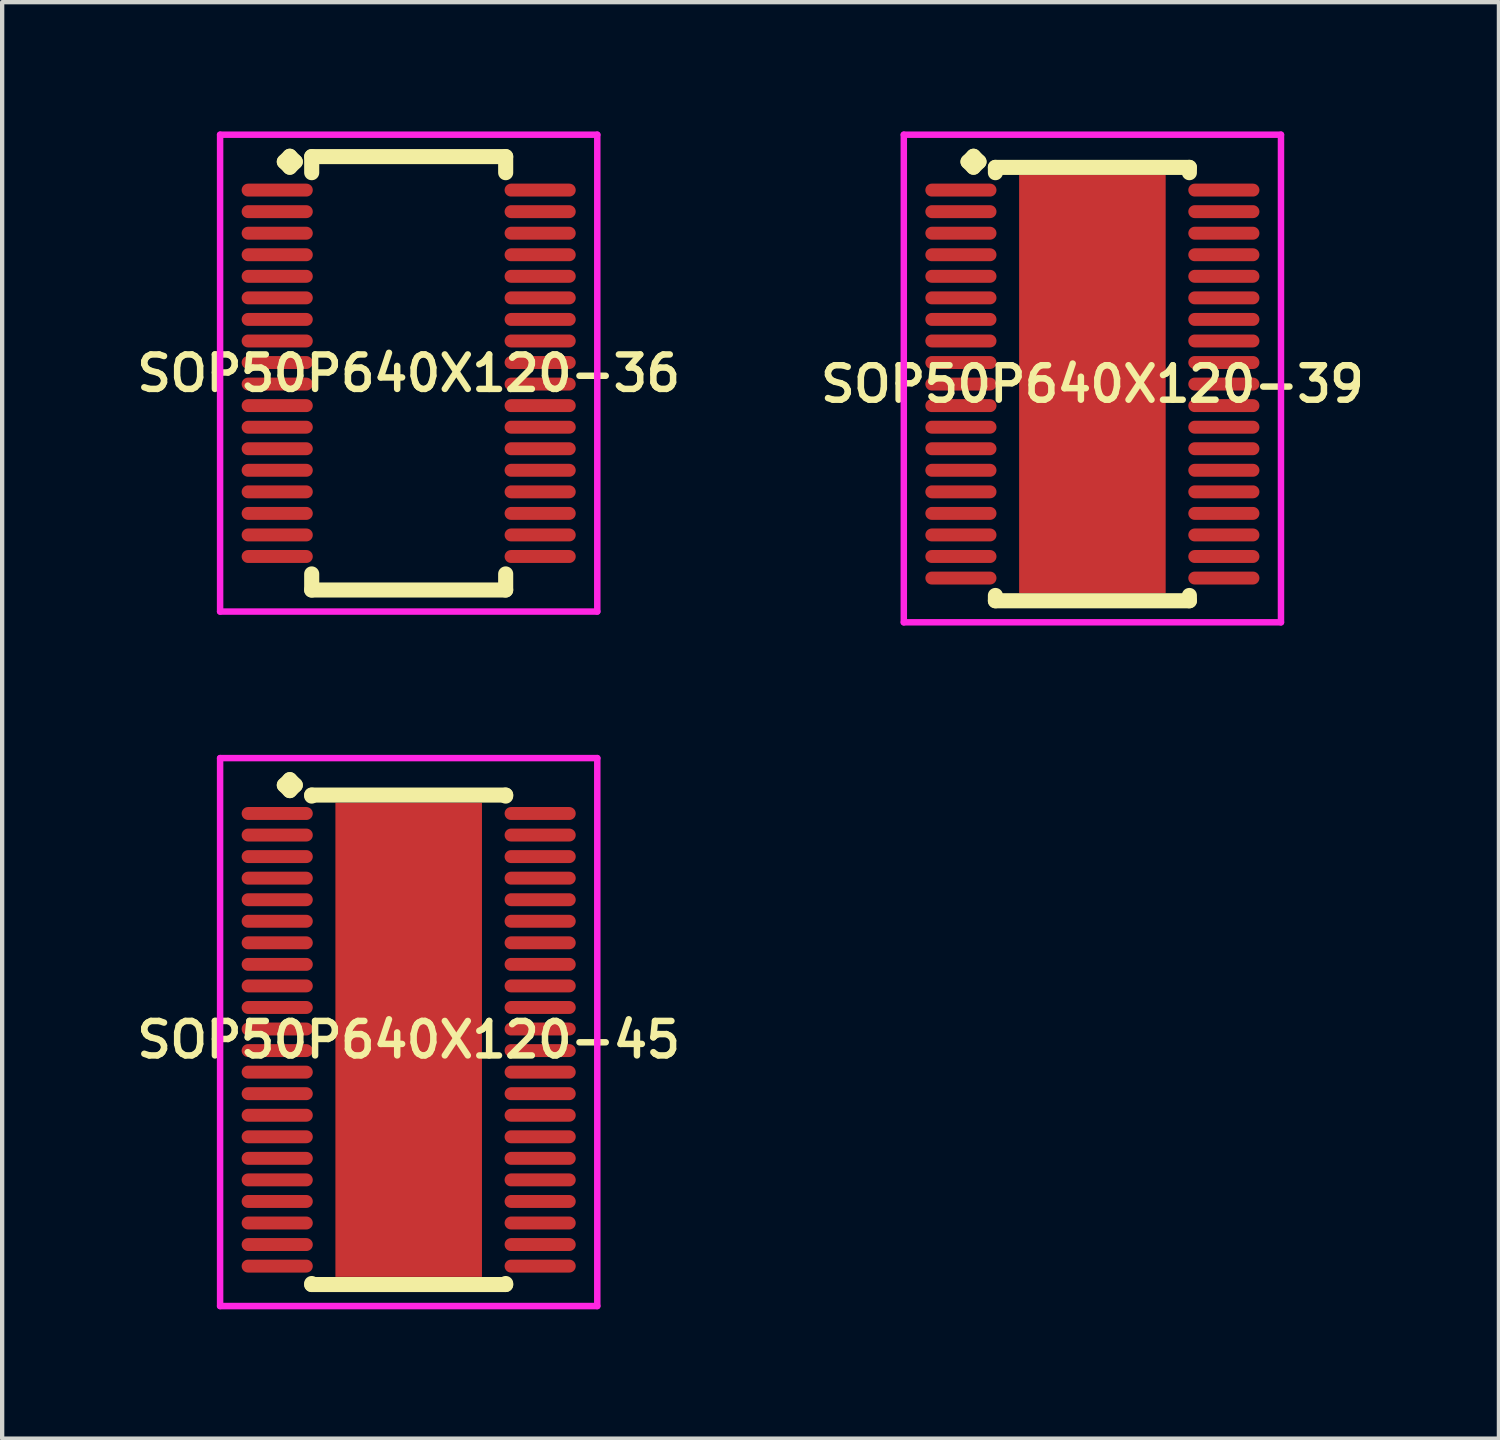
<source format=kicad_pcb>
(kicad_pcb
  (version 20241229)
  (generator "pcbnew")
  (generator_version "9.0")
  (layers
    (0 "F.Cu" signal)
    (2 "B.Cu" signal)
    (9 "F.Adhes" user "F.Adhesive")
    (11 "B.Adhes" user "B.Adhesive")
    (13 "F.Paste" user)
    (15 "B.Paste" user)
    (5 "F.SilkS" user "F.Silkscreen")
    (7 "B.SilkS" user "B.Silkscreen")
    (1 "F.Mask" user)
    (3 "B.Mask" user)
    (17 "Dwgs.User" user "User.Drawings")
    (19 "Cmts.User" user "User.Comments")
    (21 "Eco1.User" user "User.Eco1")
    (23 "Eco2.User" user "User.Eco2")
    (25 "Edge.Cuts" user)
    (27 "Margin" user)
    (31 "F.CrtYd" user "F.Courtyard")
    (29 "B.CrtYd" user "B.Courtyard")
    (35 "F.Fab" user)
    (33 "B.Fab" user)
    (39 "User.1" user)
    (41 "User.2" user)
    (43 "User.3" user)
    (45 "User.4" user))
  (footprint "SOP50P640X120-45"
    (layer "F.Cu")
    (at 6.431 21.072)
    (property "Reference" "SOP50P640X120-45" (at 0 0 0) (layer "F.SilkS") (effects (font (size 0.8 0.8) (thickness 0.15))))
    (attr smd)
    (fp_line (start -2.885 -5.908) (end -2.758 -6.035) (stroke (width 0.35) (type solid)) (layer "F.SilkS"))
    (fp_line (start -2.758 -6.035) (end -2.631 -5.908) (stroke (width 0.35) (type solid)) (layer "F.SilkS"))
    (fp_line (start -2.758 -5.781) (end -2.885 -5.908) (stroke (width 0.35) (type solid)) (layer "F.SilkS"))
    (fp_line (start -2.631 -5.908) (end -2.758 -5.781) (stroke (width 0.35) (type solid)) (layer "F.SilkS"))
    (fp_line (start -2.25 -5.677) (end 2.25 -5.677) (stroke (width 0.35) (type solid)) (layer "F.SilkS"))
    (fp_line (start -2.25 -5.654) (end -2.25 -5.677) (stroke (width 0.35) (type solid)) (layer "F.SilkS"))
    (fp_line (start -2.25 5.654) (end -2.25 5.677) (stroke (width 0.35) (type solid)) (layer "F.SilkS"))
    (fp_line (start -2.25 5.677) (end 2.25 5.677) (stroke (width 0.35) (type solid)) (layer "F.SilkS"))
    (fp_line (start 2.25 -5.677) (end 2.25 -5.654) (stroke (width 0.35) (type solid)) (layer "F.SilkS"))
    (fp_line (start 2.25 5.677) (end 2.25 5.654) (stroke (width 0.35) (type solid)) (layer "F.SilkS"))
    (fp_line (start -4.375 -6.535) (end 4.375 -6.535) (stroke (width 0.15) (type solid)) (layer "F.CrtYd"))
    (fp_line (start -4.375 6.177) (end -4.375 -6.535) (stroke (width 0.15) (type solid)) (layer "F.CrtYd"))
    (fp_line (start 4.375 -6.535) (end 4.375 6.177) (stroke (width 0.15) (type solid)) (layer "F.CrtYd"))
    (fp_line (start 4.375 6.177) (end -4.375 6.177) (stroke (width 0.15) (type solid)) (layer "F.CrtYd"))
    (pad "1" smd oval (at -3.05 -5.25) (size 1.65 0.3) (layers "F.Cu" "F.Mask" "F.Paste"))
    (pad "2" smd oval (at -3.05 -4.75) (size 1.65 0.3) (layers "F.Cu" "F.Mask" "F.Paste"))
    (pad "3" smd oval (at -3.05 -4.25) (size 1.65 0.3) (layers "F.Cu" "F.Mask" "F.Paste"))
    (pad "4" smd oval (at -3.05 -3.75) (size 1.65 0.3) (layers "F.Cu" "F.Mask" "F.Paste"))
    (pad "5" smd oval (at -3.05 -3.25) (size 1.65 0.3) (layers "F.Cu" "F.Mask" "F.Paste"))
    (pad "6" smd oval (at -3.05 -2.75) (size 1.65 0.3) (layers "F.Cu" "F.Mask" "F.Paste"))
    (pad "7" smd oval (at -3.05 -2.25) (size 1.65 0.3) (layers "F.Cu" "F.Mask" "F.Paste"))
    (pad "8" smd oval (at -3.05 -1.75) (size 1.65 0.3) (layers "F.Cu" "F.Mask" "F.Paste"))
    (pad "9" smd oval (at -3.05 -1.25) (size 1.65 0.3) (layers "F.Cu" "F.Mask" "F.Paste"))
    (pad "10" smd oval (at -3.05 -0.75) (size 1.65 0.3) (layers "F.Cu" "F.Mask" "F.Paste"))
    (pad "11" smd oval (at -3.05 -0.25) (size 1.65 0.3) (layers "F.Cu" "F.Mask" "F.Paste"))
    (pad "12" smd oval (at -3.05 0.25) (size 1.65 0.3) (layers "F.Cu" "F.Mask" "F.Paste"))
    (pad "13" smd oval (at -3.05 0.75) (size 1.65 0.3) (layers "F.Cu" "F.Mask" "F.Paste"))
    (pad "14" smd oval (at -3.05 1.25) (size 1.65 0.3) (layers "F.Cu" "F.Mask" "F.Paste"))
    (pad "15" smd oval (at -3.05 1.75) (size 1.65 0.3) (layers "F.Cu" "F.Mask" "F.Paste"))
    (pad "16" smd oval (at -3.05 2.25) (size 1.65 0.3) (layers "F.Cu" "F.Mask" "F.Paste"))
    (pad "17" smd oval (at -3.05 2.75) (size 1.65 0.3) (layers "F.Cu" "F.Mask" "F.Paste"))
    (pad "18" smd oval (at -3.05 3.25) (size 1.65 0.3) (layers "F.Cu" "F.Mask" "F.Paste"))
    (pad "19" smd oval (at -3.05 3.75) (size 1.65 0.3) (layers "F.Cu" "F.Mask" "F.Paste"))
    (pad "20" smd oval (at -3.05 4.25) (size 1.65 0.3) (layers "F.Cu" "F.Mask" "F.Paste"))
    (pad "21" smd oval (at -3.05 4.75) (size 1.65 0.3) (layers "F.Cu" "F.Mask" "F.Paste"))
    (pad "22" smd oval (at -3.05 5.25) (size 1.65 0.3) (layers "F.Cu" "F.Mask" "F.Paste"))
    (pad "23" smd oval (at 3.05 5.25) (size 1.65 0.3) (layers "F.Cu" "F.Mask" "F.Paste"))
    (pad "24" smd oval (at 3.05 4.75) (size 1.65 0.3) (layers "F.Cu" "F.Mask" "F.Paste"))
    (pad "25" smd oval (at 3.05 4.25) (size 1.65 0.3) (layers "F.Cu" "F.Mask" "F.Paste"))
    (pad "26" smd oval (at 3.05 3.75) (size 1.65 0.3) (layers "F.Cu" "F.Mask" "F.Paste"))
    (pad "27" smd oval (at 3.05 3.25) (size 1.65 0.3) (layers "F.Cu" "F.Mask" "F.Paste"))
    (pad "28" smd oval (at 3.05 2.75) (size 1.65 0.3) (layers "F.Cu" "F.Mask" "F.Paste"))
    (pad "29" smd oval (at 3.05 2.25) (size 1.65 0.3) (layers "F.Cu" "F.Mask" "F.Paste"))
    (pad "30" smd oval (at 3.05 1.75) (size 1.65 0.3) (layers "F.Cu" "F.Mask" "F.Paste"))
    (pad "31" smd oval (at 3.05 1.25) (size 1.65 0.3) (layers "F.Cu" "F.Mask" "F.Paste"))
    (pad "32" smd oval (at 3.05 0.75) (size 1.65 0.3) (layers "F.Cu" "F.Mask" "F.Paste"))
    (pad "33" smd oval (at 3.05 0.25) (size 1.65 0.3) (layers "F.Cu" "F.Mask" "F.Paste"))
    (pad "34" smd oval (at 3.05 -0.25) (size 1.65 0.3) (layers "F.Cu" "F.Mask" "F.Paste"))
    (pad "35" smd oval (at 3.05 -0.75) (size 1.65 0.3) (layers "F.Cu" "F.Mask" "F.Paste"))
    (pad "36" smd oval (at 3.05 -1.25) (size 1.65 0.3) (layers "F.Cu" "F.Mask" "F.Paste"))
    (pad "37" smd oval (at 3.05 -1.75) (size 1.65 0.3) (layers "F.Cu" "F.Mask" "F.Paste"))
    (pad "38" smd oval (at 3.05 -2.25) (size 1.65 0.3) (layers "F.Cu" "F.Mask" "F.Paste"))
    (pad "39" smd oval (at 3.05 -2.75) (size 1.65 0.3) (layers "F.Cu" "F.Mask" "F.Paste"))
    (pad "40" smd oval (at 3.05 -3.25) (size 1.65 0.3) (layers "F.Cu" "F.Mask" "F.Paste"))
    (pad "41" smd oval (at 3.05 -3.75) (size 1.65 0.3) (layers "F.Cu" "F.Mask" "F.Paste"))
    (pad "42" smd oval (at 3.05 -4.25) (size 1.65 0.3) (layers "F.Cu" "F.Mask" "F.Paste"))
    (pad "43" smd oval (at 3.05 -4.75) (size 1.65 0.3) (layers "F.Cu" "F.Mask" "F.Paste"))
    (pad "44" smd oval (at 3.05 -5.25) (size 1.65 0.3) (layers "F.Cu" "F.Mask" "F.Paste"))
    (pad "45" smd rect (at 0 0) (size 3.4 11) (layers "F.Cu" "F.Mask" "F.Paste")))
  (footprint "SOP50P640X120-36"
    (layer "F.Cu")
    (at 6.431 5.61)
    (property "Reference" "SOP50P640X120-36" (at 0 0 0) (layer "F.SilkS") (effects (font (size 0.8 0.8) (thickness 0.15))))
    (attr smd)
    (fp_line (start -2.885 -4.908) (end -2.758 -5.035) (stroke (width 0.35) (type solid)) (layer "F.SilkS"))
    (fp_line (start -2.758 -5.035) (end -2.631 -4.908) (stroke (width 0.35) (type solid)) (layer "F.SilkS"))
    (fp_line (start -2.758 -4.781) (end -2.885 -4.908) (stroke (width 0.35) (type solid)) (layer "F.SilkS"))
    (fp_line (start -2.631 -4.908) (end -2.758 -4.781) (stroke (width 0.35) (type solid)) (layer "F.SilkS"))
    (fp_line (start -2.25 -5.027) (end 2.25 -5.027) (stroke (width 0.35) (type solid)) (layer "F.SilkS"))
    (fp_line (start -2.25 -4.654) (end -2.25 -5.027) (stroke (width 0.35) (type solid)) (layer "F.SilkS"))
    (fp_line (start -2.25 4.654) (end -2.25 5.027) (stroke (width 0.35) (type solid)) (layer "F.SilkS"))
    (fp_line (start -2.25 5.027) (end 2.25 5.027) (stroke (width 0.35) (type solid)) (layer "F.SilkS"))
    (fp_line (start 2.25 -5.027) (end 2.25 -4.654) (stroke (width 0.35) (type solid)) (layer "F.SilkS"))
    (fp_line (start 2.25 5.027) (end 2.25 4.654) (stroke (width 0.35) (type solid)) (layer "F.SilkS"))
    (fp_line (start -4.375 -5.535) (end 4.375 -5.535) (stroke (width 0.15) (type solid)) (layer "F.CrtYd"))
    (fp_line (start -4.375 5.527) (end -4.375 -5.535) (stroke (width 0.15) (type solid)) (layer "F.CrtYd"))
    (fp_line (start 4.375 -5.535) (end 4.375 5.527) (stroke (width 0.15) (type solid)) (layer "F.CrtYd"))
    (fp_line (start 4.375 5.527) (end -4.375 5.527) (stroke (width 0.15) (type solid)) (layer "F.CrtYd"))
    (pad "1" smd oval (at -3.05 -4.25) (size 1.65 0.3) (layers "F.Cu" "F.Mask" "F.Paste"))
    (pad "2" smd oval (at -3.05 -3.75) (size 1.65 0.3) (layers "F.Cu" "F.Mask" "F.Paste"))
    (pad "3" smd oval (at -3.05 -3.25) (size 1.65 0.3) (layers "F.Cu" "F.Mask" "F.Paste"))
    (pad "4" smd oval (at -3.05 -2.75) (size 1.65 0.3) (layers "F.Cu" "F.Mask" "F.Paste"))
    (pad "5" smd oval (at -3.05 -2.25) (size 1.65 0.3) (layers "F.Cu" "F.Mask" "F.Paste"))
    (pad "6" smd oval (at -3.05 -1.75) (size 1.65 0.3) (layers "F.Cu" "F.Mask" "F.Paste"))
    (pad "7" smd oval (at -3.05 -1.25) (size 1.65 0.3) (layers "F.Cu" "F.Mask" "F.Paste"))
    (pad "8" smd oval (at -3.05 -0.75) (size 1.65 0.3) (layers "F.Cu" "F.Mask" "F.Paste"))
    (pad "9" smd oval (at -3.05 -0.25) (size 1.65 0.3) (layers "F.Cu" "F.Mask" "F.Paste"))
    (pad "10" smd oval (at -3.05 0.25) (size 1.65 0.3) (layers "F.Cu" "F.Mask" "F.Paste"))
    (pad "11" smd oval (at -3.05 0.75) (size 1.65 0.3) (layers "F.Cu" "F.Mask" "F.Paste"))
    (pad "12" smd oval (at -3.05 1.25) (size 1.65 0.3) (layers "F.Cu" "F.Mask" "F.Paste"))
    (pad "13" smd oval (at -3.05 1.75) (size 1.65 0.3) (layers "F.Cu" "F.Mask" "F.Paste"))
    (pad "14" smd oval (at -3.05 2.25) (size 1.65 0.3) (layers "F.Cu" "F.Mask" "F.Paste"))
    (pad "15" smd oval (at -3.05 2.75) (size 1.65 0.3) (layers "F.Cu" "F.Mask" "F.Paste"))
    (pad "16" smd oval (at -3.05 3.25) (size 1.65 0.3) (layers "F.Cu" "F.Mask" "F.Paste"))
    (pad "17" smd oval (at -3.05 3.75) (size 1.65 0.3) (layers "F.Cu" "F.Mask" "F.Paste"))
    (pad "18" smd oval (at -3.05 4.25) (size 1.65 0.3) (layers "F.Cu" "F.Mask" "F.Paste"))
    (pad "19" smd oval (at 3.05 4.25) (size 1.65 0.3) (layers "F.Cu" "F.Mask" "F.Paste"))
    (pad "20" smd oval (at 3.05 3.75) (size 1.65 0.3) (layers "F.Cu" "F.Mask" "F.Paste"))
    (pad "21" smd oval (at 3.05 3.25) (size 1.65 0.3) (layers "F.Cu" "F.Mask" "F.Paste"))
    (pad "22" smd oval (at 3.05 2.75) (size 1.65 0.3) (layers "F.Cu" "F.Mask" "F.Paste"))
    (pad "23" smd oval (at 3.05 2.25) (size 1.65 0.3) (layers "F.Cu" "F.Mask" "F.Paste"))
    (pad "24" smd oval (at 3.05 1.75) (size 1.65 0.3) (layers "F.Cu" "F.Mask" "F.Paste"))
    (pad "25" smd oval (at 3.05 1.25) (size 1.65 0.3) (layers "F.Cu" "F.Mask" "F.Paste"))
    (pad "26" smd oval (at 3.05 0.75) (size 1.65 0.3) (layers "F.Cu" "F.Mask" "F.Paste"))
    (pad "27" smd oval (at 3.05 0.25) (size 1.65 0.3) (layers "F.Cu" "F.Mask" "F.Paste"))
    (pad "28" smd oval (at 3.05 -0.25) (size 1.65 0.3) (layers "F.Cu" "F.Mask" "F.Paste"))
    (pad "29" smd oval (at 3.05 -0.75) (size 1.65 0.3) (layers "F.Cu" "F.Mask" "F.Paste"))
    (pad "30" smd oval (at 3.05 -1.25) (size 1.65 0.3) (layers "F.Cu" "F.Mask" "F.Paste"))
    (pad "31" smd oval (at 3.05 -1.75) (size 1.65 0.3) (layers "F.Cu" "F.Mask" "F.Paste"))
    (pad "32" smd oval (at 3.05 -2.25) (size 1.65 0.3) (layers "F.Cu" "F.Mask" "F.Paste"))
    (pad "33" smd oval (at 3.05 -2.75) (size 1.65 0.3) (layers "F.Cu" "F.Mask" "F.Paste"))
    (pad "34" smd oval (at 3.05 -3.25) (size 1.65 0.3) (layers "F.Cu" "F.Mask" "F.Paste"))
    (pad "35" smd oval (at 3.05 -3.75) (size 1.65 0.3) (layers "F.Cu" "F.Mask" "F.Paste"))
    (pad "36" smd oval (at 3.05 -4.25) (size 1.65 0.3) (layers "F.Cu" "F.Mask" "F.Paste")))
  (footprint "SOP50P640X120-39"
    (layer "F.Cu")
    (at 22.292 5.86)
    (property "Reference" "SOP50P640X120-39" (at 0 0 0) (layer "F.SilkS") (effects (font (size 0.8 0.8) (thickness 0.15))))
    (attr smd)
    (fp_line (start -2.885 -5.158) (end -2.758 -5.285) (stroke (width 0.35) (type solid)) (layer "F.SilkS"))
    (fp_line (start -2.758 -5.285) (end -2.631 -5.158) (stroke (width 0.35) (type solid)) (layer "F.SilkS"))
    (fp_line (start -2.758 -5.031) (end -2.885 -5.158) (stroke (width 0.35) (type solid)) (layer "F.SilkS"))
    (fp_line (start -2.631 -5.158) (end -2.758 -5.031) (stroke (width 0.35) (type solid)) (layer "F.SilkS"))
    (fp_line (start -2.25 -5.027) (end 2.25 -5.027) (stroke (width 0.35) (type solid)) (layer "F.SilkS"))
    (fp_line (start -2.25 -4.904) (end -2.25 -5.027) (stroke (width 0.35) (type solid)) (layer "F.SilkS"))
    (fp_line (start -2.25 4.904) (end -2.25 5.027) (stroke (width 0.35) (type solid)) (layer "F.SilkS"))
    (fp_line (start -2.25 5.027) (end 2.25 5.027) (stroke (width 0.35) (type solid)) (layer "F.SilkS"))
    (fp_line (start 2.25 -5.027) (end 2.25 -4.904) (stroke (width 0.35) (type solid)) (layer "F.SilkS"))
    (fp_line (start 2.25 5.027) (end 2.25 4.904) (stroke (width 0.35) (type solid)) (layer "F.SilkS"))
    (fp_line (start -4.375 -5.785) (end 4.375 -5.785) (stroke (width 0.15) (type solid)) (layer "F.CrtYd"))
    (fp_line (start -4.375 5.527) (end -4.375 -5.785) (stroke (width 0.15) (type solid)) (layer "F.CrtYd"))
    (fp_line (start 4.375 -5.785) (end 4.375 5.527) (stroke (width 0.15) (type solid)) (layer "F.CrtYd"))
    (fp_line (start 4.375 5.527) (end -4.375 5.527) (stroke (width 0.15) (type solid)) (layer "F.CrtYd"))
    (pad "1" smd oval (at -3.05 -4.5) (size 1.65 0.3) (layers "F.Cu" "F.Mask" "F.Paste"))
    (pad "2" smd oval (at -3.05 -4) (size 1.65 0.3) (layers "F.Cu" "F.Mask" "F.Paste"))
    (pad "3" smd oval (at -3.05 -3.5) (size 1.65 0.3) (layers "F.Cu" "F.Mask" "F.Paste"))
    (pad "4" smd oval (at -3.05 -3) (size 1.65 0.3) (layers "F.Cu" "F.Mask" "F.Paste"))
    (pad "5" smd oval (at -3.05 -2.5) (size 1.65 0.3) (layers "F.Cu" "F.Mask" "F.Paste"))
    (pad "6" smd oval (at -3.05 -2) (size 1.65 0.3) (layers "F.Cu" "F.Mask" "F.Paste"))
    (pad "7" smd oval (at -3.05 -1.5) (size 1.65 0.3) (layers "F.Cu" "F.Mask" "F.Paste"))
    (pad "8" smd oval (at -3.05 -1) (size 1.65 0.3) (layers "F.Cu" "F.Mask" "F.Paste"))
    (pad "9" smd oval (at -3.05 -0.5) (size 1.65 0.3) (layers "F.Cu" "F.Mask" "F.Paste"))
    (pad "10" smd oval (at -3.05 0) (size 1.65 0.3) (layers "F.Cu" "F.Mask" "F.Paste"))
    (pad "11" smd oval (at -3.05 0.5) (size 1.65 0.3) (layers "F.Cu" "F.Mask" "F.Paste"))
    (pad "12" smd oval (at -3.05 1) (size 1.65 0.3) (layers "F.Cu" "F.Mask" "F.Paste"))
    (pad "13" smd oval (at -3.05 1.5) (size 1.65 0.3) (layers "F.Cu" "F.Mask" "F.Paste"))
    (pad "14" smd oval (at -3.05 2) (size 1.65 0.3) (layers "F.Cu" "F.Mask" "F.Paste"))
    (pad "15" smd oval (at -3.05 2.5) (size 1.65 0.3) (layers "F.Cu" "F.Mask" "F.Paste"))
    (pad "16" smd oval (at -3.05 3) (size 1.65 0.3) (layers "F.Cu" "F.Mask" "F.Paste"))
    (pad "17" smd oval (at -3.05 3.5) (size 1.65 0.3) (layers "F.Cu" "F.Mask" "F.Paste"))
    (pad "18" smd oval (at -3.05 4) (size 1.65 0.3) (layers "F.Cu" "F.Mask" "F.Paste"))
    (pad "19" smd oval (at -3.05 4.5) (size 1.65 0.3) (layers "F.Cu" "F.Mask" "F.Paste"))
    (pad "20" smd oval (at 3.05 4.5) (size 1.65 0.3) (layers "F.Cu" "F.Mask" "F.Paste"))
    (pad "21" smd oval (at 3.05 4) (size 1.65 0.3) (layers "F.Cu" "F.Mask" "F.Paste"))
    (pad "22" smd oval (at 3.05 3.5) (size 1.65 0.3) (layers "F.Cu" "F.Mask" "F.Paste"))
    (pad "23" smd oval (at 3.05 3) (size 1.65 0.3) (layers "F.Cu" "F.Mask" "F.Paste"))
    (pad "24" smd oval (at 3.05 2.5) (size 1.65 0.3) (layers "F.Cu" "F.Mask" "F.Paste"))
    (pad "25" smd oval (at 3.05 2) (size 1.65 0.3) (layers "F.Cu" "F.Mask" "F.Paste"))
    (pad "26" smd oval (at 3.05 1.5) (size 1.65 0.3) (layers "F.Cu" "F.Mask" "F.Paste"))
    (pad "27" smd oval (at 3.05 1) (size 1.65 0.3) (layers "F.Cu" "F.Mask" "F.Paste"))
    (pad "28" smd oval (at 3.05 0.5) (size 1.65 0.3) (layers "F.Cu" "F.Mask" "F.Paste"))
    (pad "29" smd oval (at 3.05 0) (size 1.65 0.3) (layers "F.Cu" "F.Mask" "F.Paste"))
    (pad "30" smd oval (at 3.05 -0.5) (size 1.65 0.3) (layers "F.Cu" "F.Mask" "F.Paste"))
    (pad "31" smd oval (at 3.05 -1) (size 1.65 0.3) (layers "F.Cu" "F.Mask" "F.Paste"))
    (pad "32" smd oval (at 3.05 -1.5) (size 1.65 0.3) (layers "F.Cu" "F.Mask" "F.Paste"))
    (pad "33" smd oval (at 3.05 -2) (size 1.65 0.3) (layers "F.Cu" "F.Mask" "F.Paste"))
    (pad "34" smd oval (at 3.05 -2.5) (size 1.65 0.3) (layers "F.Cu" "F.Mask" "F.Paste"))
    (pad "35" smd oval (at 3.05 -3) (size 1.65 0.3) (layers "F.Cu" "F.Mask" "F.Paste"))
    (pad "36" smd oval (at 3.05 -3.5) (size 1.65 0.3) (layers "F.Cu" "F.Mask" "F.Paste"))
    (pad "37" smd oval (at 3.05 -4) (size 1.65 0.3) (layers "F.Cu" "F.Mask" "F.Paste"))
    (pad "38" smd oval (at 3.05 -4.5) (size 1.65 0.3) (layers "F.Cu" "F.Mask" "F.Paste"))
    (pad "39" smd rect (at 0 0) (size 3.4 9.7) (layers "F.Cu" "F.Mask" "F.Paste")))
  (gr_rect
    (start -3 -3)
    (end 31.723 30.324)
    (stroke (width 0.1) (type default))
    (fill no)
    (layer "Edge.Cuts")))
</source>
